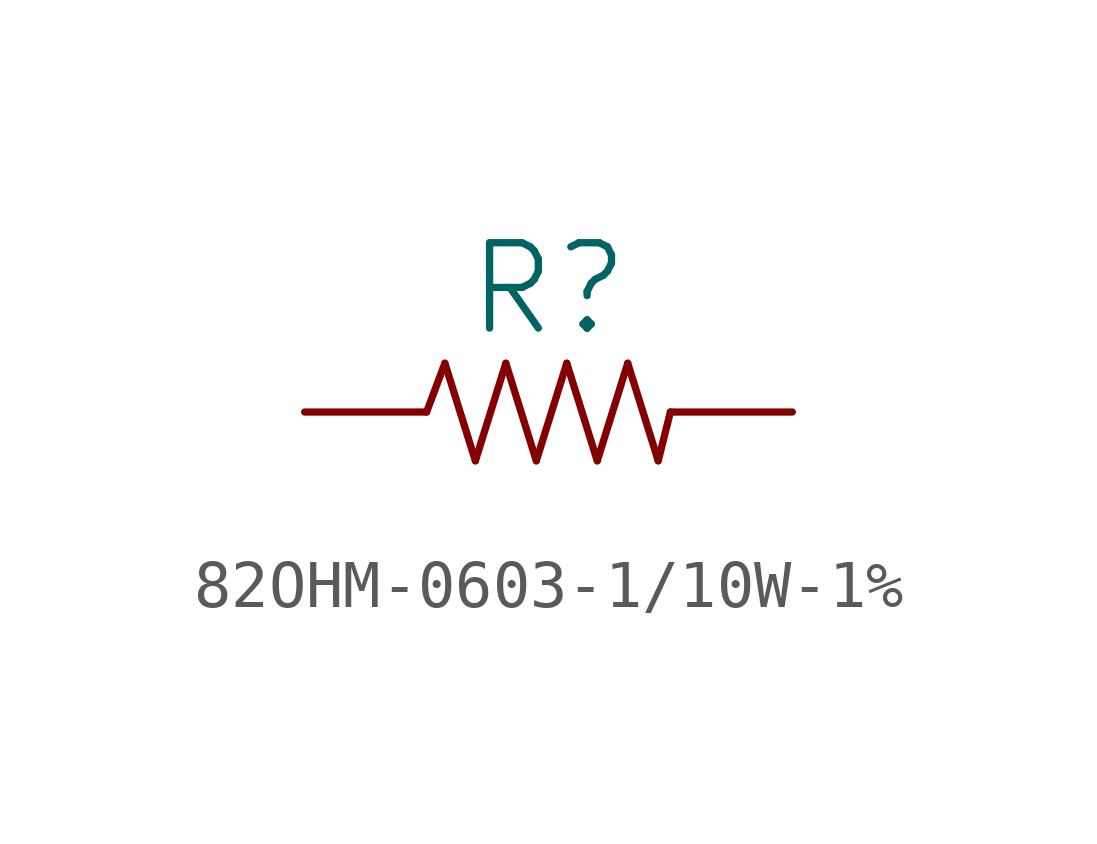
<source format=kicad_sym>
(kicad_symbol_lib
  (version 20231120)
  (generator "kicad_symbol_editor")
  (generator_version "8.0")
  (symbol "82OHM-0603-1/10W-1%"
    (property "Reference" "R"
      (at 0 1.524 0)
      (effects (font (size 1.778 1.778)) (justify bottom)))
    (property "Value" ""
      (at 0 -1.524 0)
      (effects (font (size 1.778 1.778)) (justify top)))
    (property "ki_locked" ""
      (at 0 0 0)
      (effects (font (size 1.27 1.27))))
    (symbol "82OHM-0603-1/10W-1%_1_0"
      (polyline (pts (xy -2.54 0) (xy -2.159 1.016)) (stroke (width 0.152) (type solid)) (fill (type none)))
      (polyline (pts (xy -2.159 1.016) (xy -1.524 -1.016)) (stroke (width 0.152) (type solid)) (fill (type none)))
      (polyline (pts (xy -1.524 -1.016) (xy -0.889 1.016)) (stroke (width 0.152) (type solid)) (fill (type none)))
      (polyline (pts (xy -0.889 1.016) (xy -0.254 -1.016)) (stroke (width 0.152) (type solid)) (fill (type none)))
      (polyline (pts (xy -0.254 -1.016) (xy 0.381 1.016)) (stroke (width 0.152) (type solid)) (fill (type none)))
      (polyline (pts (xy 0.381 1.016) (xy 1.016 -1.016)) (stroke (width 0.152) (type solid)) (fill (type none)))
      (polyline (pts (xy 1.016 -1.016) (xy 1.651 1.016)) (stroke (width 0.152) (type solid)) (fill (type none)))
      (polyline (pts (xy 1.651 1.016) (xy 2.286 -1.016)) (stroke (width 0.152) (type solid)) (fill (type none)))
      (polyline (pts (xy 2.286 -1.016) (xy 2.54 0)) (stroke (width 0.152) (type solid)) (fill (type none)))
      (pin passive line (at -5.08 0 0) (length 2.54) (name "1" (effects (font (size 0 0)))) (number "1" (effects (font (size 0 0)))))
      (pin passive line (at 5.08 0 180) (length 2.54) (name "2" (effects (font (size 0 0)))) (number "2" (effects (font (size 0 0))))))))
</source>
